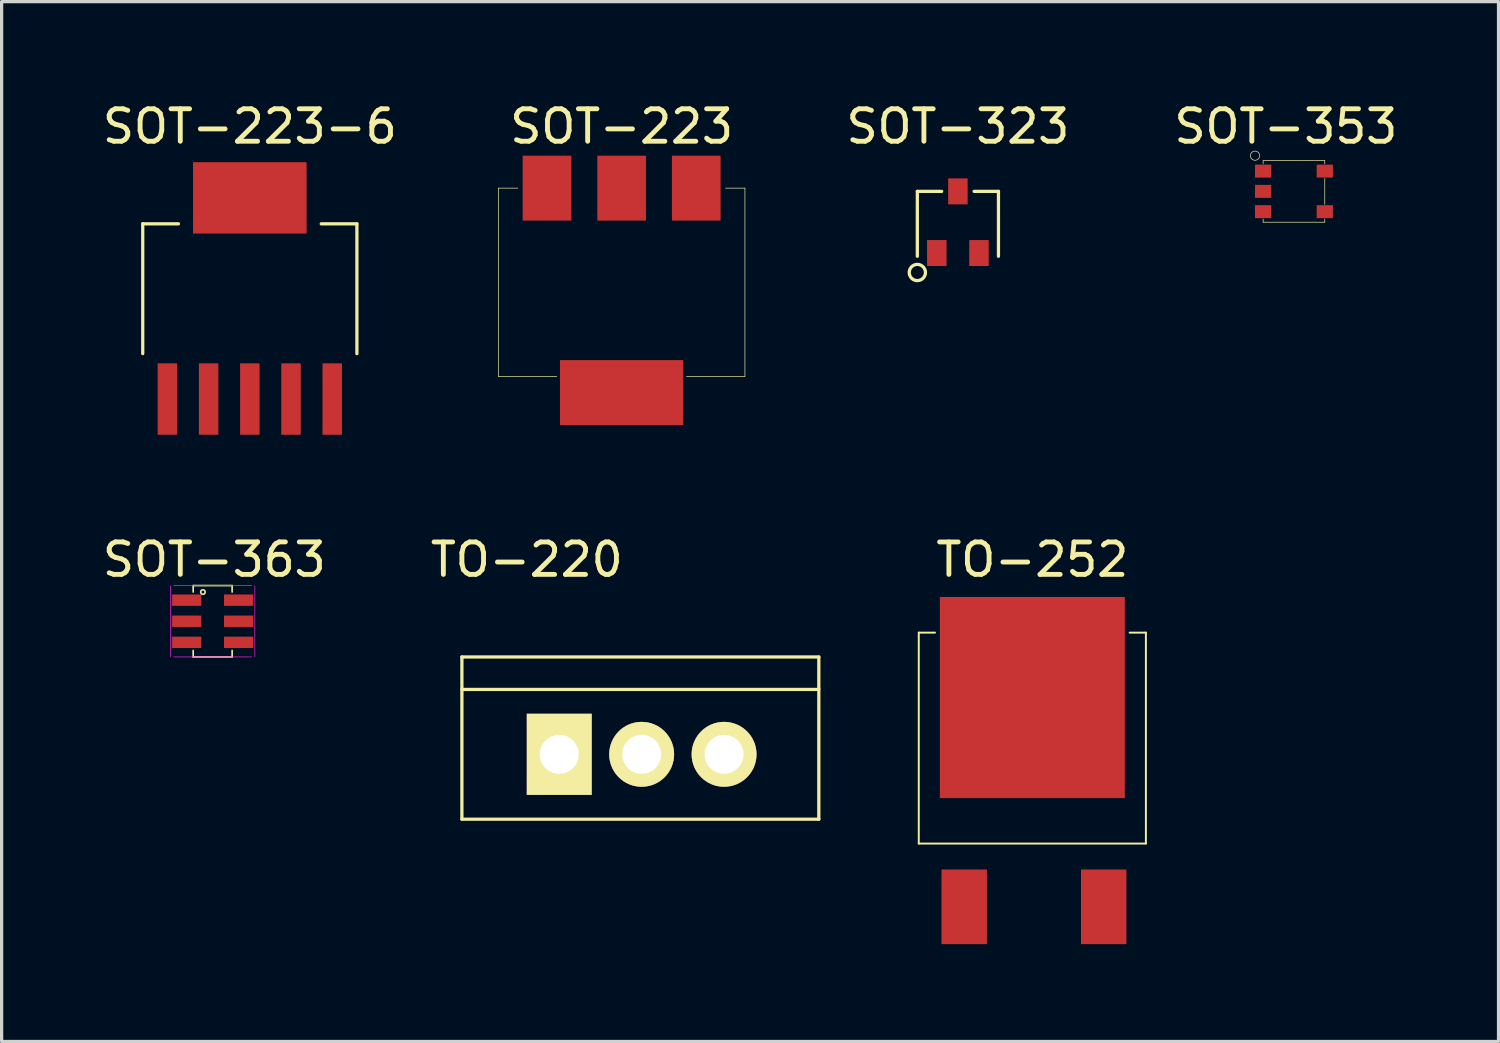
<source format=kicad_pcb>
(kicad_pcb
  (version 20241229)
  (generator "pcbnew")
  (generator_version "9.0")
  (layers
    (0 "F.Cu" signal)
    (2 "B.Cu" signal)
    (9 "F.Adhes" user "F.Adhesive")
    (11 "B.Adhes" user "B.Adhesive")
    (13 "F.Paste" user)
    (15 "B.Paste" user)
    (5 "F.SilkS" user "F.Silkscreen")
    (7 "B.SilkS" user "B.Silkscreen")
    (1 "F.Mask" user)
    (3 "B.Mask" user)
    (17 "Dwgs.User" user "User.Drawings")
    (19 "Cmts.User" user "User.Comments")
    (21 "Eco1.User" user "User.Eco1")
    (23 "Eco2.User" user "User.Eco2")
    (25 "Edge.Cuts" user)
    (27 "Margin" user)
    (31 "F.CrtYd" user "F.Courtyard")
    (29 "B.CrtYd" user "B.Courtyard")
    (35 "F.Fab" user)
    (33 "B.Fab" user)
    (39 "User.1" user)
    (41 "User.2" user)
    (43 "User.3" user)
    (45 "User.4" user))
  (footprint "SOT-223"
    (layer "F.Cu")
    (at 16.108 2.748)
    (property "Reference" "SOT-223" (at 0 -1.9 0) (layer "F.SilkS") (effects (font (size 1 1) (thickness 0.15))))
    (attr through_hole)
    (fp_line (start -3.8 0) (end -3.8 5.8) (stroke (width 0.02) (type solid)) (layer "F.SilkS"))
    (fp_line (start -3.8 5.8) (end -2 5.8) (stroke (width 0.02) (type solid)) (layer "F.SilkS"))
    (fp_line (start -3.2 0) (end -3.8 0) (stroke (width 0.02) (type solid)) (layer "F.SilkS"))
    (fp_line (start 3.2 0) (end 3.8 0) (stroke (width 0.02) (type solid)) (layer "F.SilkS"))
    (fp_line (start 3.8 0) (end 3.8 5.8) (stroke (width 0.02) (type solid)) (layer "F.SilkS"))
    (fp_line (start 3.8 5.8) (end 2 5.8) (stroke (width 0.02) (type solid)) (layer "F.SilkS"))
    (pad "1" smd rect (at 2.3 0) (size 1.5 2) (layers "F.Cu" "F.Mask" "F.Paste"))
    (pad "2" smd rect (at 0 0) (size 1.5 2) (layers "F.Cu" "F.Mask" "F.Paste"))
    (pad "3" smd rect (at -2.3 0) (size 1.5 2) (layers "F.Cu" "F.Mask" "F.Paste"))
    (pad "4" smd rect (at 0 6.3) (size 3.8 2) (layers "F.Cu" "F.Mask" "F.Paste")))
  (footprint "SOT-353"
    (layer "F.Cu")
    (at 35.878 2.848)
    (property "Reference" "SOT-353" (at 0.7 -2 0) (layer "F.SilkS") (effects (font (size 1 1) (thickness 0.15))))
    (attr through_hole)
    (fp_line (start 0 -0.95) (end 1.9 -0.95) (stroke (width 0.02) (type solid)) (layer "F.SilkS"))
    (fp_line (start 0 -0.85) (end 0 -0.95) (stroke (width 0.02) (type solid)) (layer "F.SilkS"))
    (fp_line (start 0 0.85) (end 0 0.95) (stroke (width 0.02) (type solid)) (layer "F.SilkS"))
    (fp_line (start 0 0.95) (end 1.9 0.95) (stroke (width 0.02) (type solid)) (layer "F.SilkS"))
    (fp_line (start 1.9 -0.95) (end 1.9 -0.85) (stroke (width 0.02) (type solid)) (layer "F.SilkS"))
    (fp_line (start 1.9 0.4) (end 1.9 -0.4) (stroke (width 0.02) (type solid)) (layer "F.SilkS"))
    (fp_line (start 1.9 0.95) (end 1.9 0.85) (stroke (width 0.02) (type solid)) (layer "F.SilkS"))
    (fp_circle (center -0.25 -1.1) (end -0.15 -1) (stroke (width 0.02) (type solid)) (fill no) (layer "F.SilkS"))
    (pad "1" smd rect (at 0 -0.625) (size 0.5 0.4) (layers "F.Cu" "F.Mask" "F.Paste"))
    (pad "2" smd rect (at 0 0) (size 0.5 0.4) (layers "F.Cu" "F.Mask" "F.Paste"))
    (pad "3" smd rect (at 0 0.625) (size 0.5 0.4) (layers "F.Cu" "F.Mask" "F.Paste"))
    (pad "4" smd rect (at 1.9 0.625) (size 0.5 0.4) (layers "F.Cu" "F.Mask" "F.Paste"))
    (pad "5" smd rect (at 1.9 -0.625) (size 0.5 0.4) (layers "F.Cu" "F.Mask" "F.Paste")))
  (footprint "SOT-323"
    (layer "F.Cu")
    (at 26.471 3.798)
    (property "Reference" "SOT-323" (at 0 -2.95 0) (layer "F.SilkS") (effects (font (size 1 1) (thickness 0.15))))
    (attr through_hole)
    (fp_line (start -1.25 -0.95) (end -1.25 1.05) (stroke (width 0.1) (type solid)) (layer "F.SilkS"))
    (fp_line (start -0.5 -0.95) (end -1.25 -0.95) (stroke (width 0.1) (type solid)) (layer "F.SilkS"))
    (fp_line (start 0.5 -0.95) (end 1.25 -0.95) (stroke (width 0.1) (type solid)) (layer "F.SilkS"))
    (fp_line (start 1.25 -0.95) (end 1.25 1.05) (stroke (width 0.1) (type solid)) (layer "F.SilkS"))
    (fp_circle (center -1.25 1.55) (end -1.25 1.8) (stroke (width 0.1) (type solid)) (fill no) (layer "F.SilkS"))
    (pad "1" smd rect (at -0.65 0.95) (size 0.6 0.8) (layers "F.Cu" "F.Mask" "F.Paste"))
    (pad "2" smd rect (at 0.65 0.95) (size 0.6 0.8) (layers "F.Cu" "F.Mask" "F.Paste"))
    (pad "3" smd rect (at 0 -0.95) (size 0.6 0.8) (layers "F.Cu" "F.Mask" "F.Paste")))
  (footprint "TO-252"
    (layer "F.Cu")
    (at 28.765 18.447)
    (property "Reference" "TO-252" (at 0 -4.25 0) (layer "F.SilkS") (effects (font (size 1 1) (thickness 0.15))))
    (attr through_hole)
    (fp_line (start -3.5 -2) (end -3.5 4.5) (stroke (width 0.06) (type solid)) (layer "F.SilkS"))
    (fp_line (start -3.5 4.5) (end 3.5 4.5) (stroke (width 0.06) (type solid)) (layer "F.SilkS"))
    (fp_line (start -3 -2) (end -3.5 -2) (stroke (width 0.06) (type solid)) (layer "F.SilkS"))
    (fp_line (start 3.5 -2) (end 3 -2) (stroke (width 0.06) (type solid)) (layer "F.SilkS"))
    (fp_line (start 3.5 4.5) (end 3.5 -2) (stroke (width 0.06) (type solid)) (layer "F.SilkS"))
    (pad "1" smd rect (at -2.1 6.45) (size 1.4 2.3) (layers "F.Cu" "F.Mask" "F.Paste"))
    (pad "3" smd rect (at 2.2 6.45) (size 1.4 2.3) (layers "F.Cu" "F.Mask" "F.Paste"))
    (pad "4" smd rect (at 0 0) (size 5.7 6.2) (layers "F.Cu" "F.Mask" "F.Paste")))
  (footprint "SOT-223-6"
    (layer "F.Cu")
    (at 4.649 6.148)
    (property "Reference" "SOT-223-6" (at 0 -5.3 0) (layer "F.SilkS") (effects (font (size 1 1) (thickness 0.15))))
    (attr through_hole)
    (fp_line (start -3.3 -2.3) (end -2.2 -2.3) (stroke (width 0.1) (type solid)) (layer "F.SilkS"))
    (fp_line (start -3.3 1.7) (end -3.3 -2.3) (stroke (width 0.1) (type solid)) (layer "F.SilkS"))
    (fp_line (start 3.3 -2.3) (end 2.2 -2.3) (stroke (width 0.1) (type solid)) (layer "F.SilkS"))
    (fp_line (start 3.3 1.7) (end 3.3 -2.3) (stroke (width 0.1) (type solid)) (layer "F.SilkS"))
    (pad "1" smd rect (at -2.54 3.1) (size 0.6 2.2) (layers "F.Cu" "F.Mask" "F.Paste"))
    (pad "2" smd rect (at -1.27 3.1) (size 0.6 2.2) (layers "F.Cu" "F.Mask" "F.Paste"))
    (pad "3" smd rect (at 0 3.1) (size 0.6 2.2) (layers "F.Cu" "F.Mask" "F.Paste"))
    (pad "4" smd rect (at 1.27 3.1) (size 0.6 2.2) (layers "F.Cu" "F.Mask" "F.Paste"))
    (pad "5" smd rect (at 2.54 3.1) (size 0.6 2.2) (layers "F.Cu" "F.Mask" "F.Paste"))
    (pad "6" smd rect (at 0 -3.1) (size 3.5 2.2) (layers "F.Cu" "F.Mask" "F.Paste")))
  (footprint "TO-220"
    (layer "F.Cu")
    (at 14.185 20.197)
    (property "Reference" "TO-220" (at -1 -6 0) (layer "F.SilkS") (effects (font (size 1 1) (thickness 0.15))))
    (attr through_hole)
    (fp_line (start -3 -3) (end 8 -3) (stroke (width 0.1) (type solid)) (layer "F.SilkS"))
    (fp_line (start -3 -2) (end 8 -2) (stroke (width 0.1) (type solid)) (layer "F.SilkS"))
    (fp_line (start -3 2) (end -3 -3) (stroke (width 0.1) (type solid)) (layer "F.SilkS"))
    (fp_line (start 8 -3) (end 8 2) (stroke (width 0.1) (type solid)) (layer "F.SilkS"))
    (fp_line (start 8 2) (end -3 2) (stroke (width 0.1) (type solid)) (layer "F.SilkS"))
    (pad "1" thru_hole rect (at 0 0) (size 2 2.5) (drill 1.2) (layers "*.Cu" "*.Mask" "F.SilkS"))
    (pad "2" thru_hole circle (at 2.54 0) (size 2 2) (drill 1.2) (layers "*.Cu" "*.Mask" "F.SilkS"))
    (pad "3" thru_hole circle (at 5.08 0) (size 2 2) (drill 1.2) (layers "*.Cu" "*.Mask" "F.SilkS")))
  (footprint "SOT-363"
    (layer "F.Cu")
    (at 2.704 16.096)
    (property "Reference" "SOT-363" (at 0.85 -1.9 0) (layer "F.SilkS") (effects (font (size 1 1) (thickness 0.15))))
    (attr through_hole)
    (fp_line (start 0.2 -1.1) (end 1.4 -1.1) (stroke (width 0.05) (type solid)) (layer "F.SilkS"))
    (fp_line (start 0.2 -0.9) (end 0.2 -1.1) (stroke (width 0.05) (type solid)) (layer "F.SilkS"))
    (fp_line (start 0.2 0.9) (end 0.2 1.1) (stroke (width 0.05) (type solid)) (layer "F.SilkS"))
    (fp_line (start 0.2 1.1) (end 1.4 1.1) (stroke (width 0.05) (type solid)) (layer "F.SilkS"))
    (fp_line (start 1.4 -1.1) (end 1.4 -0.9) (stroke (width 0.05) (type solid)) (layer "F.SilkS"))
    (fp_line (start 1.4 1.1) (end 1.4 0.9) (stroke (width 0.05) (type solid)) (layer "F.SilkS"))
    (fp_circle (center 0.5 -0.9) (end 0.55 -0.85) (stroke (width 0.05) (type solid)) (fill no) (layer "F.SilkS"))
    (fp_line (start -0.5 -1.1) (end -0.5 1.1) (stroke (width 0.02) (type solid)) (layer "F.CrtYd"))
    (fp_line (start -0.4 1.1) (end 2 1.1) (stroke (width 0.02) (type solid)) (layer "F.CrtYd"))
    (fp_line (start 2 -1.1) (end -0.4 -1.1) (stroke (width 0.02) (type solid)) (layer "F.CrtYd"))
    (fp_line (start 2.1 1.1) (end 2.1 -1.1) (stroke (width 0.02) (type solid)) (layer "F.CrtYd"))
    (pad "1" smd rect (at 0 -0.65) (size 0.9 0.35) (layers "F.Cu" "F.Mask" "F.Paste"))
    (pad "2" smd rect (at 0 0) (size 0.9 0.35) (layers "F.Cu" "F.Mask" "F.Paste"))
    (pad "3" smd rect (at 0 0.65) (size 0.9 0.35) (layers "F.Cu" "F.Mask" "F.Paste"))
    (pad "4" smd rect (at 1.6 0.65) (size 0.9 0.35) (layers "F.Cu" "F.Mask" "F.Paste"))
    (pad "5" smd rect (at 1.6 0) (size 0.9 0.35) (layers "F.Cu" "F.Mask" "F.Paste"))
    (pad "6" smd rect (at 1.6 -0.65) (size 0.9 0.35) (layers "F.Cu" "F.Mask" "F.Paste")))
  (gr_rect
    (start -3 -3)
    (end 43.132 29.047)
    (stroke (width 0.1) (type default))
    (fill no)
    (layer "Edge.Cuts")))
</source>
